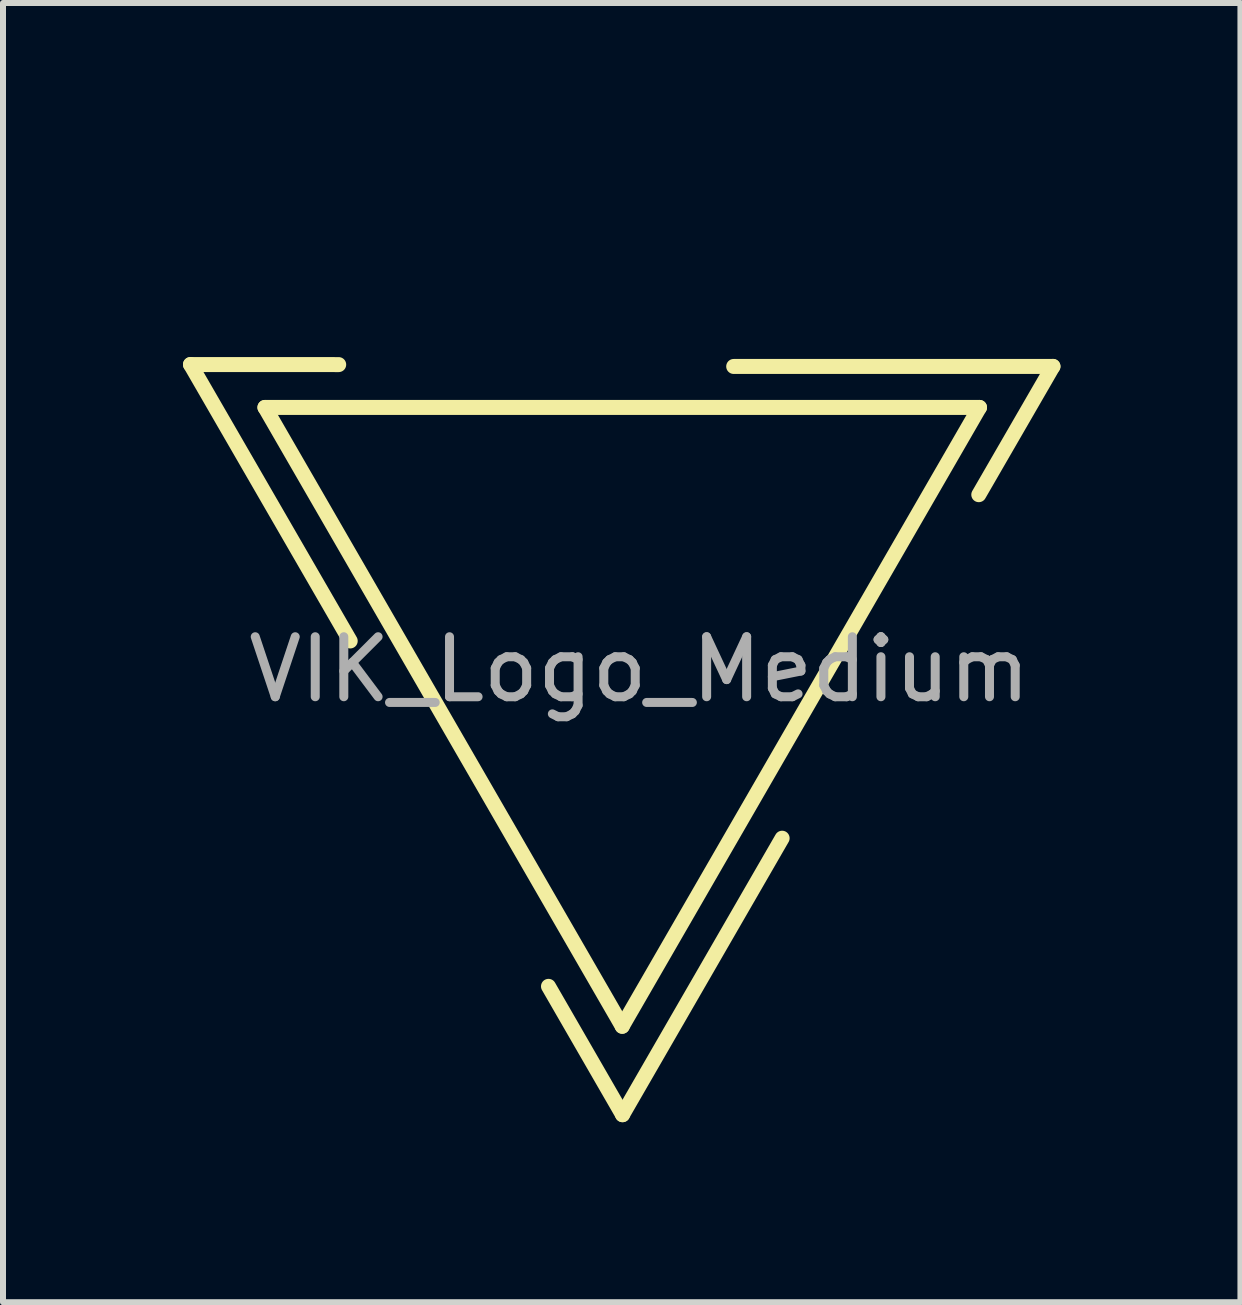
<source format=kicad_pcb>
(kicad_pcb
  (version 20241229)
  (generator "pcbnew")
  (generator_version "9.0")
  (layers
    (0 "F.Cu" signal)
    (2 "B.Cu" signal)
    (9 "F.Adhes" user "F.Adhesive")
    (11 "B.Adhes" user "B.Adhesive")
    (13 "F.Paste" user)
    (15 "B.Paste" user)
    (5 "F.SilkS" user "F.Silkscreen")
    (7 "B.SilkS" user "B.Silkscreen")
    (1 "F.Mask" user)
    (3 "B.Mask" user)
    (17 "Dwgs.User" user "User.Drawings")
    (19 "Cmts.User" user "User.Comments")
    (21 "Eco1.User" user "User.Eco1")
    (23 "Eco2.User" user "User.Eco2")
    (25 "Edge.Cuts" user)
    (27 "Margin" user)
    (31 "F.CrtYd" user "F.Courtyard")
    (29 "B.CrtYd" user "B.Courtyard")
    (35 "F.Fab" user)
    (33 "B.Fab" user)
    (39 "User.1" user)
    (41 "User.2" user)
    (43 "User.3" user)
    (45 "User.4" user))
  (footprint "VIK_Logo_Medium"
    (layer "F.Cu")
    (at 7.309 7.808)
    (property "Reference" "VIK_Logo_Medium" (at -0.05 -6.96 0) (unlocked yes) (layer "User.1") (effects (font (size 1 1) (thickness 0.15))))
    (attr smd)
    (fp_line (start -7.184 -4.782) (end -4.714 -4.781) (stroke (width 0.25) (type solid)) (layer "F.SilkS"))
    (fp_line (start -5.943 -4.067) (end 5.967 -4.067) (stroke (width 0.25) (type solid)) (layer "F.SilkS"))
    (fp_line (start -4.522 -0.175) (end -7.184 -4.782) (stroke (width 0.25) (type solid)) (layer "F.SilkS"))
    (fp_line (start 0.012 6.247) (end -5.943 -4.067) (stroke (width 0.25) (type solid)) (layer "F.SilkS"))
    (fp_line (start 0.017 7.721) (end -1.217 5.582) (stroke (width 0.25) (type solid)) (layer "F.SilkS"))
    (fp_line (start 1.87 -4.75) (end 7.191 -4.751) (stroke (width 0.25) (type solid)) (layer "F.SilkS"))
    (fp_line (start 2.677 3.113) (end 0.017 7.721) (stroke (width 0.25) (type solid)) (layer "F.SilkS"))
    (fp_line (start 5.967 -4.067) (end 0.012 6.247) (stroke (width 0.25) (type solid)) (layer "F.SilkS"))
    (fp_line (start 7.191 -4.751) (end 5.955 -2.613) (stroke (width 0.25) (type solid)) (layer "F.SilkS"))
    (fp_text user "${REFERENCE}" (at 0.3 0.3 0) (unlocked yes) (layer "F.Fab") (effects (font (size 1 1) (thickness 0.15)))))
  (gr_rect
    (start -3 -3)
    (end 17.625 18.654)
    (stroke (width 0.1) (type default))
    (fill no)
    (layer "Edge.Cuts")))
</source>
